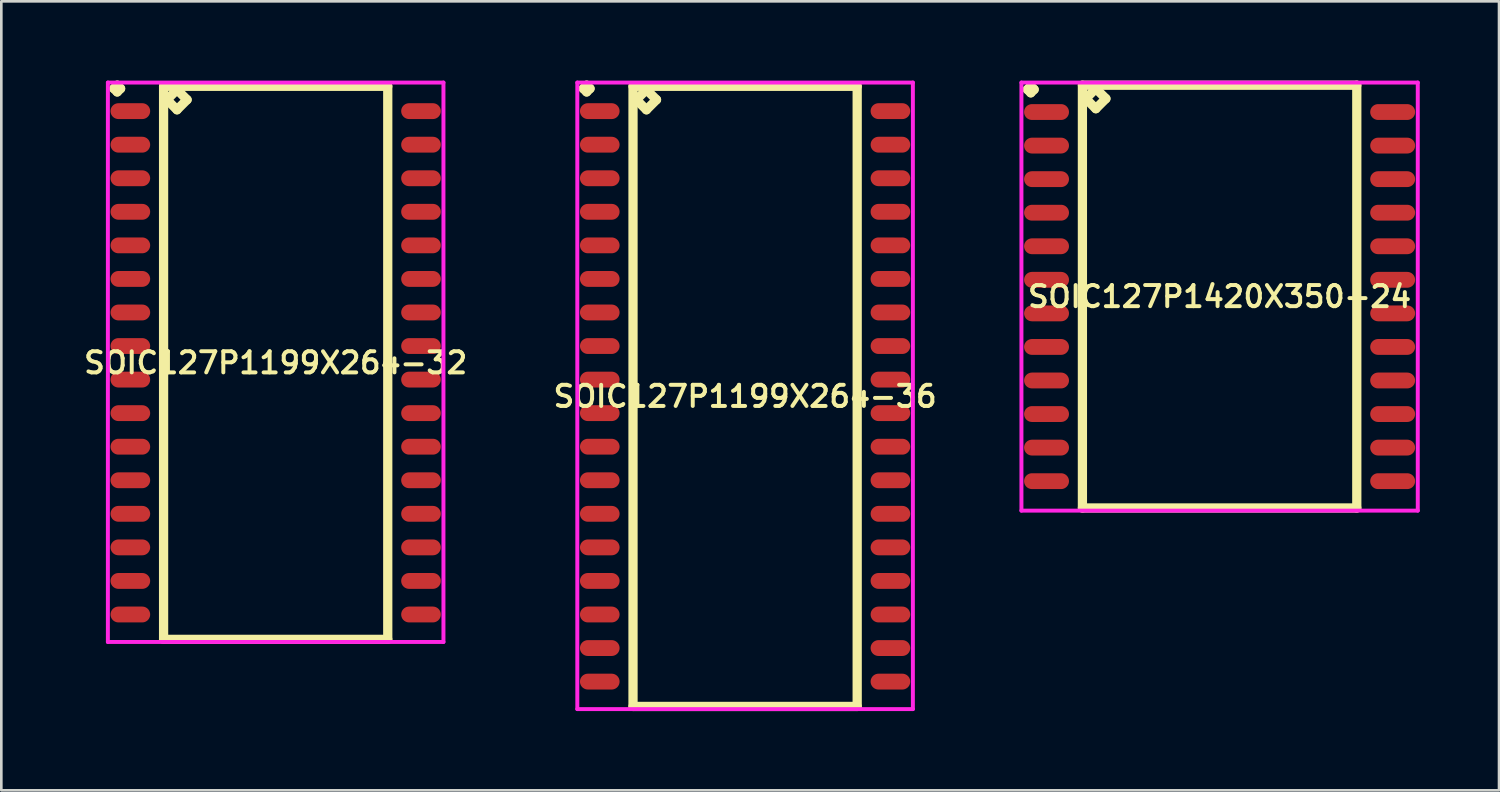
<source format=kicad_pcb>
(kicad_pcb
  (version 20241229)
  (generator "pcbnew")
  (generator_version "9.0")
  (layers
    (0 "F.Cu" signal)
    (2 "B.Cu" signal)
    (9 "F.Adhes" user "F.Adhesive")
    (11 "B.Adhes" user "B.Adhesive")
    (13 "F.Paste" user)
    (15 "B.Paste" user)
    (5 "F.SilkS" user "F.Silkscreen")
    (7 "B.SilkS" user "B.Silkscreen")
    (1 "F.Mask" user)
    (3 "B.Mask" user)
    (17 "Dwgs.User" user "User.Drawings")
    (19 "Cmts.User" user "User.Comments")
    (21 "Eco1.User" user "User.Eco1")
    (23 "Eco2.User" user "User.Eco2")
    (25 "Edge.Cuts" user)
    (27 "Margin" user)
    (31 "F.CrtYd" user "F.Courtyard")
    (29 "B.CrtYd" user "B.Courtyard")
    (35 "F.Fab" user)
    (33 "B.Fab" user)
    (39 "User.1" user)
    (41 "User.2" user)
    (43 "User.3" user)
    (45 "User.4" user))
  (footprint "SOIC127P1420X350-24"
    (layer "F.Cu")
    (at 43.107 8.175)
    (property "Reference" "SOIC127P1420X350-24" (at 0 0 0) (layer "F.SilkS") (effects (font (size 0.8 0.8) (thickness 0.15))))
    (attr smd)
    (fp_line (start -7.273 -7.839) (end -7.146 -7.966) (stroke (width 0.35) (type solid)) (layer "F.SilkS"))
    (fp_line (start -7.146 -7.966) (end -7.019 -7.839) (stroke (width 0.35) (type solid)) (layer "F.SilkS"))
    (fp_line (start -7.146 -7.712) (end -7.273 -7.839) (stroke (width 0.35) (type solid)) (layer "F.SilkS"))
    (fp_line (start -7.019 -7.839) (end -7.146 -7.712) (stroke (width 0.35) (type solid)) (layer "F.SilkS"))
    (fp_line (start -5.192 -8) (end -5.192 8) (stroke (width 0.35) (type solid)) (layer "F.SilkS"))
    (fp_line (start -5.192 8) (end 5.192 8) (stroke (width 0.35) (type solid)) (layer "F.SilkS"))
    (fp_line (start -5.065 -7.492) (end -4.684 -7.873) (stroke (width 0.35) (type solid)) (layer "F.SilkS"))
    (fp_line (start -4.684 -7.873) (end -4.303 -7.492) (stroke (width 0.35) (type solid)) (layer "F.SilkS"))
    (fp_line (start -4.684 -7.111) (end -5.065 -7.492) (stroke (width 0.35) (type solid)) (layer "F.SilkS"))
    (fp_line (start -4.303 -7.492) (end -4.684 -7.111) (stroke (width 0.35) (type solid)) (layer "F.SilkS"))
    (fp_line (start 5.192 -8) (end -5.192 -8) (stroke (width 0.35) (type solid)) (layer "F.SilkS"))
    (fp_line (start 5.192 8) (end 5.192 -8) (stroke (width 0.35) (type solid)) (layer "F.SilkS"))
    (fp_line (start -7.5 -8.1) (end 7.5 -8.1) (stroke (width 0.15) (type solid)) (layer "F.CrtYd"))
    (fp_line (start -7.5 8.1) (end -7.5 -8.1) (stroke (width 0.15) (type solid)) (layer "F.CrtYd"))
    (fp_line (start 7.5 -8.1) (end 7.5 8.1) (stroke (width 0.15) (type solid)) (layer "F.CrtYd"))
    (fp_line (start 7.5 8.1) (end -7.5 8.1) (stroke (width 0.15) (type solid)) (layer "F.CrtYd"))
    (pad "1" smd oval (at -6.55 -6.985) (size 1.7 0.6) (layers "F.Cu" "F.Mask" "F.Paste"))
    (pad "2" smd oval (at -6.55 -5.715) (size 1.7 0.6) (layers "F.Cu" "F.Mask" "F.Paste"))
    (pad "3" smd oval (at -6.55 -4.445) (size 1.7 0.6) (layers "F.Cu" "F.Mask" "F.Paste"))
    (pad "4" smd oval (at -6.55 -3.175) (size 1.7 0.6) (layers "F.Cu" "F.Mask" "F.Paste"))
    (pad "5" smd oval (at -6.55 -1.905) (size 1.7 0.6) (layers "F.Cu" "F.Mask" "F.Paste"))
    (pad "6" smd oval (at -6.55 -0.635) (size 1.7 0.6) (layers "F.Cu" "F.Mask" "F.Paste"))
    (pad "7" smd oval (at -6.55 0.635) (size 1.7 0.6) (layers "F.Cu" "F.Mask" "F.Paste"))
    (pad "8" smd oval (at -6.55 1.905) (size 1.7 0.6) (layers "F.Cu" "F.Mask" "F.Paste"))
    (pad "9" smd oval (at -6.55 3.175) (size 1.7 0.6) (layers "F.Cu" "F.Mask" "F.Paste"))
    (pad "10" smd oval (at -6.55 4.445) (size 1.7 0.6) (layers "F.Cu" "F.Mask" "F.Paste"))
    (pad "11" smd oval (at -6.55 5.715) (size 1.7 0.6) (layers "F.Cu" "F.Mask" "F.Paste"))
    (pad "12" smd oval (at -6.55 6.985) (size 1.7 0.6) (layers "F.Cu" "F.Mask" "F.Paste"))
    (pad "13" smd oval (at 6.55 6.985) (size 1.7 0.6) (layers "F.Cu" "F.Mask" "F.Paste"))
    (pad "14" smd oval (at 6.55 5.715) (size 1.7 0.6) (layers "F.Cu" "F.Mask" "F.Paste"))
    (pad "15" smd oval (at 6.55 4.445) (size 1.7 0.6) (layers "F.Cu" "F.Mask" "F.Paste"))
    (pad "16" smd oval (at 6.55 3.175) (size 1.7 0.6) (layers "F.Cu" "F.Mask" "F.Paste"))
    (pad "17" smd oval (at 6.55 1.905) (size 1.7 0.6) (layers "F.Cu" "F.Mask" "F.Paste"))
    (pad "18" smd oval (at 6.55 0.635) (size 1.7 0.6) (layers "F.Cu" "F.Mask" "F.Paste"))
    (pad "19" smd oval (at 6.55 -0.635) (size 1.7 0.6) (layers "F.Cu" "F.Mask" "F.Paste"))
    (pad "20" smd oval (at 6.55 -1.905) (size 1.7 0.6) (layers "F.Cu" "F.Mask" "F.Paste"))
    (pad "21" smd oval (at 6.55 -3.175) (size 1.7 0.6) (layers "F.Cu" "F.Mask" "F.Paste"))
    (pad "22" smd oval (at 6.55 -4.445) (size 1.7 0.6) (layers "F.Cu" "F.Mask" "F.Paste"))
    (pad "23" smd oval (at 6.55 -5.715) (size 1.7 0.6) (layers "F.Cu" "F.Mask" "F.Paste"))
    (pad "24" smd oval (at 6.55 -6.985) (size 1.7 0.6) (layers "F.Cu" "F.Mask" "F.Paste")))
  (footprint "SOIC127P1199X264-36"
    (layer "F.Cu")
    (at 25.149 11.951)
    (property "Reference" "SOIC127P1199X264-36" (at 0 0 0) (layer "F.SilkS") (effects (font (size 0.8 0.8) (thickness 0.15))))
    (attr smd)
    (fp_line (start -6.123 -11.649) (end -5.996 -11.776) (stroke (width 0.35) (type solid)) (layer "F.SilkS"))
    (fp_line (start -5.996 -11.776) (end -5.869 -11.649) (stroke (width 0.35) (type solid)) (layer "F.SilkS"))
    (fp_line (start -5.996 -11.522) (end -6.123 -11.649) (stroke (width 0.35) (type solid)) (layer "F.SilkS"))
    (fp_line (start -5.869 -11.649) (end -5.996 -11.522) (stroke (width 0.35) (type solid)) (layer "F.SilkS"))
    (fp_line (start -4.242 -11.735) (end -4.242 11.735) (stroke (width 0.35) (type solid)) (layer "F.SilkS"))
    (fp_line (start -4.242 11.735) (end 4.242 11.735) (stroke (width 0.35) (type solid)) (layer "F.SilkS"))
    (fp_line (start -4.115 -11.227) (end -3.734 -11.608) (stroke (width 0.35) (type solid)) (layer "F.SilkS"))
    (fp_line (start -3.734 -11.608) (end -3.353 -11.227) (stroke (width 0.35) (type solid)) (layer "F.SilkS"))
    (fp_line (start -3.734 -10.846) (end -4.115 -11.227) (stroke (width 0.35) (type solid)) (layer "F.SilkS"))
    (fp_line (start -3.353 -11.227) (end -3.734 -10.846) (stroke (width 0.35) (type solid)) (layer "F.SilkS"))
    (fp_line (start 4.242 -11.735) (end -4.242 -11.735) (stroke (width 0.35) (type solid)) (layer "F.SilkS"))
    (fp_line (start 4.242 11.735) (end 4.242 -11.735) (stroke (width 0.35) (type solid)) (layer "F.SilkS"))
    (fp_line (start -6.35 -11.876) (end 6.35 -11.876) (stroke (width 0.15) (type solid)) (layer "F.CrtYd"))
    (fp_line (start -6.35 11.835) (end -6.35 -11.876) (stroke (width 0.15) (type solid)) (layer "F.CrtYd"))
    (fp_line (start 6.35 -11.876) (end 6.35 11.835) (stroke (width 0.15) (type solid)) (layer "F.CrtYd"))
    (fp_line (start 6.35 11.835) (end -6.35 11.835) (stroke (width 0.15) (type solid)) (layer "F.CrtYd"))
    (pad "1" smd oval (at -5.5 -10.795) (size 1.5 0.6) (layers "F.Cu" "F.Mask" "F.Paste"))
    (pad "2" smd oval (at -5.5 -9.525) (size 1.5 0.6) (layers "F.Cu" "F.Mask" "F.Paste"))
    (pad "3" smd oval (at -5.5 -8.255) (size 1.5 0.6) (layers "F.Cu" "F.Mask" "F.Paste"))
    (pad "4" smd oval (at -5.5 -6.985) (size 1.5 0.6) (layers "F.Cu" "F.Mask" "F.Paste"))
    (pad "5" smd oval (at -5.5 -5.715) (size 1.5 0.6) (layers "F.Cu" "F.Mask" "F.Paste"))
    (pad "6" smd oval (at -5.5 -4.445) (size 1.5 0.6) (layers "F.Cu" "F.Mask" "F.Paste"))
    (pad "7" smd oval (at -5.5 -3.175) (size 1.5 0.6) (layers "F.Cu" "F.Mask" "F.Paste"))
    (pad "8" smd oval (at -5.5 -1.905) (size 1.5 0.6) (layers "F.Cu" "F.Mask" "F.Paste"))
    (pad "9" smd oval (at -5.5 -0.635) (size 1.5 0.6) (layers "F.Cu" "F.Mask" "F.Paste"))
    (pad "10" smd oval (at -5.5 0.635) (size 1.5 0.6) (layers "F.Cu" "F.Mask" "F.Paste"))
    (pad "11" smd oval (at -5.5 1.905) (size 1.5 0.6) (layers "F.Cu" "F.Mask" "F.Paste"))
    (pad "12" smd oval (at -5.5 3.175) (size 1.5 0.6) (layers "F.Cu" "F.Mask" "F.Paste"))
    (pad "13" smd oval (at -5.5 4.445) (size 1.5 0.6) (layers "F.Cu" "F.Mask" "F.Paste"))
    (pad "14" smd oval (at -5.5 5.715) (size 1.5 0.6) (layers "F.Cu" "F.Mask" "F.Paste"))
    (pad "15" smd oval (at -5.5 6.985) (size 1.5 0.6) (layers "F.Cu" "F.Mask" "F.Paste"))
    (pad "16" smd oval (at -5.5 8.255) (size 1.5 0.6) (layers "F.Cu" "F.Mask" "F.Paste"))
    (pad "17" smd oval (at -5.5 9.525) (size 1.5 0.6) (layers "F.Cu" "F.Mask" "F.Paste"))
    (pad "18" smd oval (at -5.5 10.795) (size 1.5 0.6) (layers "F.Cu" "F.Mask" "F.Paste"))
    (pad "19" smd oval (at 5.5 10.795) (size 1.5 0.6) (layers "F.Cu" "F.Mask" "F.Paste"))
    (pad "20" smd oval (at 5.5 9.525) (size 1.5 0.6) (layers "F.Cu" "F.Mask" "F.Paste"))
    (pad "21" smd oval (at 5.5 8.255) (size 1.5 0.6) (layers "F.Cu" "F.Mask" "F.Paste"))
    (pad "22" smd oval (at 5.5 6.985) (size 1.5 0.6) (layers "F.Cu" "F.Mask" "F.Paste"))
    (pad "23" smd oval (at 5.5 5.715) (size 1.5 0.6) (layers "F.Cu" "F.Mask" "F.Paste"))
    (pad "24" smd oval (at 5.5 4.445) (size 1.5 0.6) (layers "F.Cu" "F.Mask" "F.Paste"))
    (pad "25" smd oval (at 5.5 3.175) (size 1.5 0.6) (layers "F.Cu" "F.Mask" "F.Paste"))
    (pad "26" smd oval (at 5.5 1.905) (size 1.5 0.6) (layers "F.Cu" "F.Mask" "F.Paste"))
    (pad "27" smd oval (at 5.5 0.635) (size 1.5 0.6) (layers "F.Cu" "F.Mask" "F.Paste"))
    (pad "28" smd oval (at 5.5 -0.635) (size 1.5 0.6) (layers "F.Cu" "F.Mask" "F.Paste"))
    (pad "29" smd oval (at 5.5 -1.905) (size 1.5 0.6) (layers "F.Cu" "F.Mask" "F.Paste"))
    (pad "30" smd oval (at 5.5 -3.175) (size 1.5 0.6) (layers "F.Cu" "F.Mask" "F.Paste"))
    (pad "31" smd oval (at 5.5 -4.445) (size 1.5 0.6) (layers "F.Cu" "F.Mask" "F.Paste"))
    (pad "32" smd oval (at 5.5 -5.715) (size 1.5 0.6) (layers "F.Cu" "F.Mask" "F.Paste"))
    (pad "33" smd oval (at 5.5 -6.985) (size 1.5 0.6) (layers "F.Cu" "F.Mask" "F.Paste"))
    (pad "34" smd oval (at 5.5 -8.255) (size 1.5 0.6) (layers "F.Cu" "F.Mask" "F.Paste"))
    (pad "35" smd oval (at 5.5 -9.525) (size 1.5 0.6) (layers "F.Cu" "F.Mask" "F.Paste"))
    (pad "36" smd oval (at 5.5 -10.795) (size 1.5 0.6) (layers "F.Cu" "F.Mask" "F.Paste")))
  (footprint "SOIC127P1199X264-32"
    (layer "F.Cu")
    (at 7.383 10.681)
    (property "Reference" "SOIC127P1199X264-32" (at 0 0 0) (layer "F.SilkS") (effects (font (size 0.8 0.8) (thickness 0.15))))
    (attr smd)
    (fp_line (start -6.123 -10.379) (end -5.996 -10.506) (stroke (width 0.35) (type solid)) (layer "F.SilkS"))
    (fp_line (start -5.996 -10.506) (end -5.869 -10.379) (stroke (width 0.35) (type solid)) (layer "F.SilkS"))
    (fp_line (start -5.996 -10.252) (end -6.123 -10.379) (stroke (width 0.35) (type solid)) (layer "F.SilkS"))
    (fp_line (start -5.869 -10.379) (end -5.996 -10.252) (stroke (width 0.35) (type solid)) (layer "F.SilkS"))
    (fp_line (start -4.242 -10.465) (end -4.242 10.465) (stroke (width 0.35) (type solid)) (layer "F.SilkS"))
    (fp_line (start -4.242 10.465) (end 4.242 10.465) (stroke (width 0.35) (type solid)) (layer "F.SilkS"))
    (fp_line (start -4.115 -9.957) (end -3.734 -10.338) (stroke (width 0.35) (type solid)) (layer "F.SilkS"))
    (fp_line (start -3.734 -10.338) (end -3.353 -9.957) (stroke (width 0.35) (type solid)) (layer "F.SilkS"))
    (fp_line (start -3.734 -9.576) (end -4.115 -9.957) (stroke (width 0.35) (type solid)) (layer "F.SilkS"))
    (fp_line (start -3.353 -9.957) (end -3.734 -9.576) (stroke (width 0.35) (type solid)) (layer "F.SilkS"))
    (fp_line (start 4.242 -10.465) (end -4.242 -10.465) (stroke (width 0.35) (type solid)) (layer "F.SilkS"))
    (fp_line (start 4.242 10.465) (end 4.242 -10.465) (stroke (width 0.35) (type solid)) (layer "F.SilkS"))
    (fp_line (start -6.35 -10.606) (end 6.35 -10.606) (stroke (width 0.15) (type solid)) (layer "F.CrtYd"))
    (fp_line (start -6.35 10.565) (end -6.35 -10.606) (stroke (width 0.15) (type solid)) (layer "F.CrtYd"))
    (fp_line (start 6.35 -10.606) (end 6.35 10.565) (stroke (width 0.15) (type solid)) (layer "F.CrtYd"))
    (fp_line (start 6.35 10.565) (end -6.35 10.565) (stroke (width 0.15) (type solid)) (layer "F.CrtYd"))
    (pad "1" smd oval (at -5.5 -9.525) (size 1.5 0.6) (layers "F.Cu" "F.Mask" "F.Paste"))
    (pad "2" smd oval (at -5.5 -8.255) (size 1.5 0.6) (layers "F.Cu" "F.Mask" "F.Paste"))
    (pad "3" smd oval (at -5.5 -6.985) (size 1.5 0.6) (layers "F.Cu" "F.Mask" "F.Paste"))
    (pad "4" smd oval (at -5.5 -5.715) (size 1.5 0.6) (layers "F.Cu" "F.Mask" "F.Paste"))
    (pad "5" smd oval (at -5.5 -4.445) (size 1.5 0.6) (layers "F.Cu" "F.Mask" "F.Paste"))
    (pad "6" smd oval (at -5.5 -3.175) (size 1.5 0.6) (layers "F.Cu" "F.Mask" "F.Paste"))
    (pad "7" smd oval (at -5.5 -1.905) (size 1.5 0.6) (layers "F.Cu" "F.Mask" "F.Paste"))
    (pad "8" smd oval (at -5.5 -0.635) (size 1.5 0.6) (layers "F.Cu" "F.Mask" "F.Paste"))
    (pad "9" smd oval (at -5.5 0.635) (size 1.5 0.6) (layers "F.Cu" "F.Mask" "F.Paste"))
    (pad "10" smd oval (at -5.5 1.905) (size 1.5 0.6) (layers "F.Cu" "F.Mask" "F.Paste"))
    (pad "11" smd oval (at -5.5 3.175) (size 1.5 0.6) (layers "F.Cu" "F.Mask" "F.Paste"))
    (pad "12" smd oval (at -5.5 4.445) (size 1.5 0.6) (layers "F.Cu" "F.Mask" "F.Paste"))
    (pad "13" smd oval (at -5.5 5.715) (size 1.5 0.6) (layers "F.Cu" "F.Mask" "F.Paste"))
    (pad "14" smd oval (at -5.5 6.985) (size 1.5 0.6) (layers "F.Cu" "F.Mask" "F.Paste"))
    (pad "15" smd oval (at -5.5 8.255) (size 1.5 0.6) (layers "F.Cu" "F.Mask" "F.Paste"))
    (pad "16" smd oval (at -5.5 9.525) (size 1.5 0.6) (layers "F.Cu" "F.Mask" "F.Paste"))
    (pad "17" smd oval (at 5.5 9.525) (size 1.5 0.6) (layers "F.Cu" "F.Mask" "F.Paste"))
    (pad "18" smd oval (at 5.5 8.255) (size 1.5 0.6) (layers "F.Cu" "F.Mask" "F.Paste"))
    (pad "19" smd oval (at 5.5 6.985) (size 1.5 0.6) (layers "F.Cu" "F.Mask" "F.Paste"))
    (pad "20" smd oval (at 5.5 5.715) (size 1.5 0.6) (layers "F.Cu" "F.Mask" "F.Paste"))
    (pad "21" smd oval (at 5.5 4.445) (size 1.5 0.6) (layers "F.Cu" "F.Mask" "F.Paste"))
    (pad "22" smd oval (at 5.5 3.175) (size 1.5 0.6) (layers "F.Cu" "F.Mask" "F.Paste"))
    (pad "23" smd oval (at 5.5 1.905) (size 1.5 0.6) (layers "F.Cu" "F.Mask" "F.Paste"))
    (pad "24" smd oval (at 5.5 0.635) (size 1.5 0.6) (layers "F.Cu" "F.Mask" "F.Paste"))
    (pad "25" smd oval (at 5.5 -0.635) (size 1.5 0.6) (layers "F.Cu" "F.Mask" "F.Paste"))
    (pad "26" smd oval (at 5.5 -1.905) (size 1.5 0.6) (layers "F.Cu" "F.Mask" "F.Paste"))
    (pad "27" smd oval (at 5.5 -3.175) (size 1.5 0.6) (layers "F.Cu" "F.Mask" "F.Paste"))
    (pad "28" smd oval (at 5.5 -4.445) (size 1.5 0.6) (layers "F.Cu" "F.Mask" "F.Paste"))
    (pad "29" smd oval (at 5.5 -5.715) (size 1.5 0.6) (layers "F.Cu" "F.Mask" "F.Paste"))
    (pad "30" smd oval (at 5.5 -6.985) (size 1.5 0.6) (layers "F.Cu" "F.Mask" "F.Paste"))
    (pad "31" smd oval (at 5.5 -8.255) (size 1.5 0.6) (layers "F.Cu" "F.Mask" "F.Paste"))
    (pad "32" smd oval (at 5.5 -9.525) (size 1.5 0.6) (layers "F.Cu" "F.Mask" "F.Paste")))
  (gr_rect
    (start -3 -3)
    (end 53.682 26.861)
    (stroke (width 0.1) (type default))
    (fill no)
    (layer "Edge.Cuts")))
</source>
